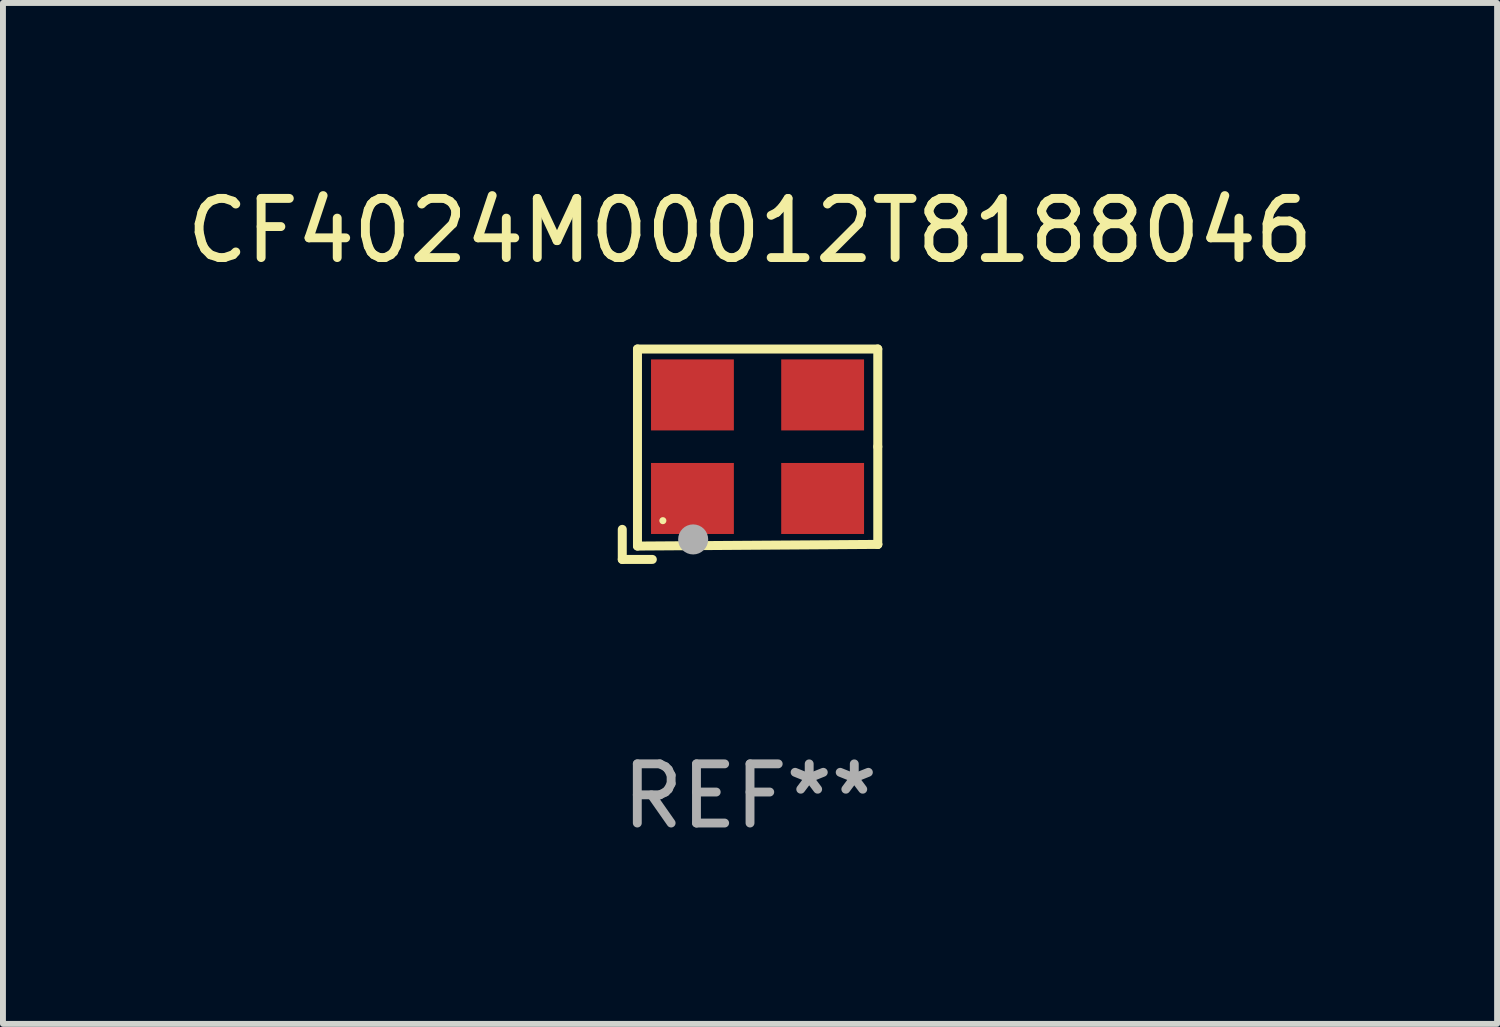
<source format=kicad_pcb>
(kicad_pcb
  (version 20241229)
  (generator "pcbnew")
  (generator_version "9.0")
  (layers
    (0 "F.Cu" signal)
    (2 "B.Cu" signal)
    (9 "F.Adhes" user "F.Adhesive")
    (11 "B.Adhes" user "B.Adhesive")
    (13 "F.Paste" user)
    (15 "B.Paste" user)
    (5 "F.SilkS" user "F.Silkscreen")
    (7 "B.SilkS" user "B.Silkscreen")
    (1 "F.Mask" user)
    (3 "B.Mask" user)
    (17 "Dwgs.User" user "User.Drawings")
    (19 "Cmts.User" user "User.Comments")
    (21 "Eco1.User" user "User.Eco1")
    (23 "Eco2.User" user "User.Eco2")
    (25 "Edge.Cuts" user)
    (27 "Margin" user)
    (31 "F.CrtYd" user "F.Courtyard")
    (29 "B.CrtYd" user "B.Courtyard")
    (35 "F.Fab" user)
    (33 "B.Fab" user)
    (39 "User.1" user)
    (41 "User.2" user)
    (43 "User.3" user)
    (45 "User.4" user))
  (footprint "CF4024M00012T8188046"
    (layer "F.Cu")
    (at 9.625 4.626)
    (property "Reference" "CF4024M00012T8188046" (at 0 -3.778 0) (layer "F.SilkS") (effects (font (size 1 1) (thickness 0.15))))
    (attr through_hole)
    (fp_line (start -2.159 1.27) (end -2.159 1.778) (stroke (width 0.152) (type solid)) (layer "F.SilkS"))
    (fp_line (start -2.159 1.778) (end -1.651 1.778) (stroke (width 0.152) (type solid)) (layer "F.SilkS"))
    (fp_line (start -1.902 -1.778) (end 2.159 -1.778) (stroke (width 0.152) (type solid)) (layer "F.SilkS"))
    (fp_line (start -1.902 1.552) (end -1.902 -1.778) (stroke (width 0.152) (type solid)) (layer "F.SilkS"))
    (fp_line (start 2.159 -1.778) (end 2.159 -0.127) (stroke (width 0.152) (type solid)) (layer "F.SilkS"))
    (fp_line (start 2.159 -0.127) (end 2.159 1.524) (stroke (width 0.152) (type solid)) (layer "F.SilkS"))
    (fp_line (start 2.159 1.524) (end -1.902 1.552) (stroke (width 0.152) (type solid)) (layer "F.SilkS"))
    (fp_line (start 2.159 1.524) (end 2.159 1.524) (stroke (width 0.152) (type solid)) (layer "F.SilkS"))
    (fp_circle (center -1.473 1.123) (end -1.443 1.123) (stroke (width 0.06) (type solid)) (fill no) (layer "F.SilkS"))
    (fp_circle (center -0.961 1.44) (end -0.834 1.44) (stroke (width 0.254) (type solid)) (fill no) (layer "F.Fab"))
    (fp_text user "REF**" (at 0 5.778 0) (layer "F.Fab") (effects (font (size 1 1) (thickness 0.15))))
    (pad "1" smd rect (at -0.973 0.748) (size 1.4 1.2) (layers "F.Cu" "F.Mask" "F.Paste"))
    (pad "2" smd rect (at 1.227 0.748) (size 1.4 1.2) (layers "F.Cu" "F.Mask" "F.Paste"))
    (pad "3" smd rect (at 1.227 -1.002) (size 1.4 1.2) (layers "F.Cu" "F.Mask" "F.Paste"))
    (pad "4" smd rect (at -0.973 -1.002) (size 1.4 1.2) (layers "F.Cu" "F.Mask" "F.Paste")))
  (gr_rect
    (start -3 -3)
    (end 22.25 14.253)
    (stroke (width 0.1) (type default))
    (fill no)
    (layer "Edge.Cuts")))
</source>
